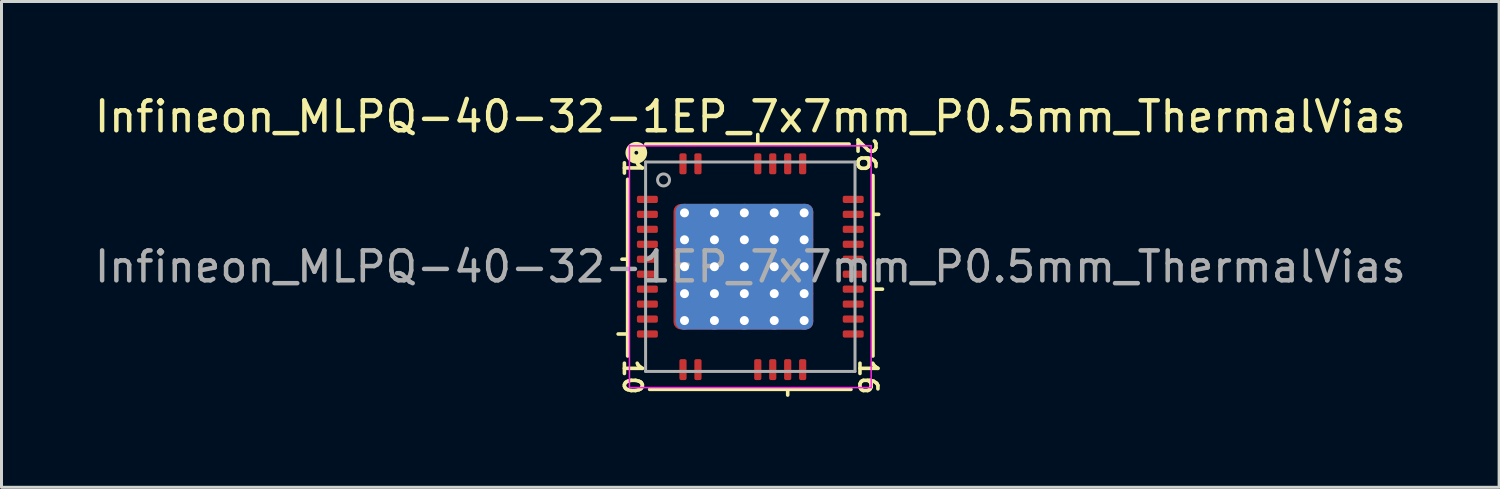
<source format=kicad_pcb>
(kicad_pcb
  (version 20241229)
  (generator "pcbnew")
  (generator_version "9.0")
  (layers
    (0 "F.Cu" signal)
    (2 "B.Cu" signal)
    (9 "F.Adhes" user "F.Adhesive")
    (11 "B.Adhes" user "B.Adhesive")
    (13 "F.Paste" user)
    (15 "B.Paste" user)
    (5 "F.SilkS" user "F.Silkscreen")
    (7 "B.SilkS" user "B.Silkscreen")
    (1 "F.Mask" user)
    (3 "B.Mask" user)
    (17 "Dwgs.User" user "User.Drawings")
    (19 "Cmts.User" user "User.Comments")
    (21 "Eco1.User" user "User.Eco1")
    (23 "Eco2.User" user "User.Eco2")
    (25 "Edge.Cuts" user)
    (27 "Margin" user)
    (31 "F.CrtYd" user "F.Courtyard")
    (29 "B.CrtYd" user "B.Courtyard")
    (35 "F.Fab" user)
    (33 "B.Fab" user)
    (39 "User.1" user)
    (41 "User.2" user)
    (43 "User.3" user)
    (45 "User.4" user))
  (footprint "Infineon_MLPQ-40-32-1EP_7x7mm_P0.5mm_ThermalVias"
    (layer "F.Cu")
    (at 22.03 5.865)
    (property "Reference" "Infineon_MLPQ-40-32-1EP_7x7mm_P0.5mm_ThermalVias" (at 0 -5.016 0) (layer "F.SilkS") (effects (font (size 1 1) (thickness 0.15))))
    (attr smd)
    (fp_line (start -4.1 -2.921) (end -4.1 2.985) (stroke (width 0.12) (type solid)) (layer "F.SilkS"))
    (fp_line (start -4.1 -0.25) (end -4.29 -0.25) (stroke (width 0.12) (type solid)) (layer "F.SilkS"))
    (fp_line (start -4.1 2.25) (end -4.418 2.25) (stroke (width 0.12) (type solid)) (layer "F.SilkS"))
    (fp_line (start -3.365 4.1) (end 3.365 4.1) (stroke (width 0.12) (type solid)) (layer "F.SilkS"))
    (fp_line (start 0.25 -4.1) (end 0.25 -4.418) (stroke (width 0.12) (type solid)) (layer "F.SilkS"))
    (fp_line (start 1.25 4.1) (end 1.25 4.29) (stroke (width 0.12) (type solid)) (layer "F.SilkS"))
    (fp_line (start 3.302 -4.1) (end -3.493 -4.1) (stroke (width 0.12) (type solid)) (layer "F.SilkS"))
    (fp_line (start 4.1 -1.75) (end 4.29 -1.75) (stroke (width 0.12) (type solid)) (layer "F.SilkS"))
    (fp_line (start 4.1 0.75) (end 4.418 0.75) (stroke (width 0.12) (type solid)) (layer "F.SilkS"))
    (fp_line (start 4.1 2.985) (end 4.1 -3.048) (stroke (width 0.12) (type solid)) (layer "F.SilkS"))
    (fp_circle (center -3.81 -3.81) (end -3.747 -3.81) (stroke (width 0.3) (type solid)) (fill no) (layer "F.SilkS"))
    (fp_line (start -4.04 -4.04) (end 4.04 -4.04) (stroke (width 0.05) (type solid)) (layer "F.CrtYd"))
    (fp_line (start -4.04 4.04) (end -4.04 -4.04) (stroke (width 0.05) (type solid)) (layer "F.CrtYd"))
    (fp_line (start 4.04 -4.04) (end 4.04 4.04) (stroke (width 0.05) (type solid)) (layer "F.CrtYd"))
    (fp_line (start 4.04 4.04) (end -4.04 4.04) (stroke (width 0.05) (type solid)) (layer "F.CrtYd"))
    (fp_line (start -3.5 -3.5) (end 3.5 -3.5) (stroke (width 0.1) (type solid)) (layer "F.Fab"))
    (fp_line (start -3.5 3.5) (end -3.5 -3.5) (stroke (width 0.1) (type solid)) (layer "F.Fab"))
    (fp_line (start 3.5 -3.5) (end 3.5 3.5) (stroke (width 0.1) (type solid)) (layer "F.Fab"))
    (fp_line (start 3.5 3.5) (end -3.5 3.5) (stroke (width 0.1) (type solid)) (layer "F.Fab"))
    (fp_circle (center -2.9 -2.9) (end -2.7 -2.9) (stroke (width 0.1) (type solid)) (fill no) (layer "F.Fab"))
    (fp_text user "26" (at 3.873 -3.747 270) (unlocked yes) (layer "F.SilkS") (effects (font (size 0.6 0.6) (thickness 0.12))))
    (fp_text user "10" (at -3.937 3.683 270) (unlocked yes) (layer "F.SilkS") (effects (font (size 0.6 0.6) (thickness 0.12))))
    (fp_text user "16" (at 3.937 3.683 270) (unlocked yes) (layer "F.SilkS") (effects (font (size 0.6 0.6) (thickness 0.12))))
    (fp_text user "1" (at -3.937 -3.302 270) (unlocked yes) (layer "F.SilkS") (effects (font (size 0.6 0.6) (thickness 0.12))))
    (fp_text user "${REFERENCE}" (at 0 0 0) (layer "F.Fab") (effects (font (size 1 1) (thickness 0.15))))
    (pad "" smd roundrect (at -1.796 -1.4) (size 1.2 1.1) (layers "F.Paste") (roundrect_rratio 0.227))
    (pad "" smd roundrect (at -1.796 0) (size 1.2 1.1) (layers "F.Paste") (roundrect_rratio 0.227))
    (pad "" smd roundrect (at -1.796 1.4) (size 1.2 1.1) (layers "F.Paste") (roundrect_rratio 0.227))
    (pad "" smd roundrect (at -0.237 -1.4) (size 1.2 1.1) (layers "F.Paste") (roundrect_rratio 0.227))
    (pad "" smd roundrect (at -0.237 0) (size 1.2 1.1) (layers "F.Paste") (roundrect_rratio 0.227))
    (pad "" smd roundrect (at -0.237 1.4) (size 1.2 1.1) (layers "F.Paste") (roundrect_rratio 0.227))
    (pad "" smd roundrect (at 1.321 -1.4) (size 1.2 1.1) (layers "F.Paste") (roundrect_rratio 0.227))
    (pad "" smd roundrect (at 1.321 0) (size 1.2 1.1) (layers "F.Paste") (roundrect_rratio 0.227))
    (pad "" smd roundrect (at 1.321 1.4) (size 1.2 1.1) (layers "F.Paste") (roundrect_rratio 0.227))
    (pad "1" smd roundrect (at -3.44 -2.25) (size 0.7 0.24) (layers "F.Cu" "F.Mask" "F.Paste") (roundrect_rratio 0.25))
    (pad "2" smd roundrect (at -3.44 -1.75) (size 0.7 0.24) (layers "F.Cu" "F.Mask" "F.Paste") (roundrect_rratio 0.25))
    (pad "3" smd roundrect (at -3.44 -1.25) (size 0.7 0.24) (layers "F.Cu" "F.Mask" "F.Paste") (roundrect_rratio 0.25))
    (pad "4" smd roundrect (at -3.44 -0.75) (size 0.7 0.24) (layers "F.Cu" "F.Mask" "F.Paste") (roundrect_rratio 0.25))
    (pad "5" smd roundrect (at -3.44 -0.25) (size 0.7 0.24) (layers "F.Cu" "F.Mask" "F.Paste") (roundrect_rratio 0.25))
    (pad "6" smd roundrect (at -3.44 0.25) (size 0.7 0.24) (layers "F.Cu" "F.Mask" "F.Paste") (roundrect_rratio 0.25))
    (pad "7" smd roundrect (at -3.44 0.75) (size 0.7 0.24) (layers "F.Cu" "F.Mask" "F.Paste") (roundrect_rratio 0.25))
    (pad "8" smd roundrect (at -3.44 1.25) (size 0.7 0.24) (layers "F.Cu" "F.Mask" "F.Paste") (roundrect_rratio 0.25))
    (pad "9" smd roundrect (at -3.44 1.75) (size 0.7 0.24) (layers "F.Cu" "F.Mask" "F.Paste") (roundrect_rratio 0.25))
    (pad "10" smd roundrect (at -3.44 2.25) (size 0.7 0.24) (layers "F.Cu" "F.Mask" "F.Paste") (roundrect_rratio 0.25))
    (pad "11" smd roundrect (at -2.25 3.44) (size 0.24 0.7) (layers "F.Cu" "F.Mask" "F.Paste") (roundrect_rratio 0.25))
    (pad "12" smd roundrect (at -1.75 3.44) (size 0.24 0.7) (layers "F.Cu" "F.Mask" "F.Paste") (roundrect_rratio 0.25))
    (pad "13" smd roundrect (at 0.25 3.44) (size 0.24 0.7) (layers "F.Cu" "F.Mask" "F.Paste") (roundrect_rratio 0.25))
    (pad "14" smd roundrect (at 0.75 3.44) (size 0.24 0.7) (layers "F.Cu" "F.Mask" "F.Paste") (roundrect_rratio 0.25))
    (pad "15" smd roundrect (at 1.25 3.44) (size 0.24 0.7) (layers "F.Cu" "F.Mask" "F.Paste") (roundrect_rratio 0.25))
    (pad "16" smd roundrect (at 1.75 3.44) (size 0.24 0.7) (layers "F.Cu" "F.Mask" "F.Paste") (roundrect_rratio 0.25))
    (pad "17" smd roundrect (at 3.44 2.25) (size 0.7 0.24) (layers "F.Cu" "F.Mask" "F.Paste") (roundrect_rratio 0.25))
    (pad "18" smd roundrect (at 3.44 1.75) (size 0.7 0.24) (layers "F.Cu" "F.Mask" "F.Paste") (roundrect_rratio 0.25))
    (pad "19" smd roundrect (at 3.44 1.25) (size 0.7 0.24) (layers "F.Cu" "F.Mask" "F.Paste") (roundrect_rratio 0.25))
    (pad "20" smd roundrect (at 3.44 0.75) (size 0.7 0.24) (layers "F.Cu" "F.Mask" "F.Paste") (roundrect_rratio 0.25))
    (pad "21" smd roundrect (at 3.44 0.25) (size 0.7 0.24) (layers "F.Cu" "F.Mask" "F.Paste") (roundrect_rratio 0.25))
    (pad "22" smd roundrect (at 3.44 -0.25) (size 0.7 0.24) (layers "F.Cu" "F.Mask" "F.Paste") (roundrect_rratio 0.25))
    (pad "23" smd roundrect (at 3.44 -0.75) (size 0.7 0.24) (layers "F.Cu" "F.Mask" "F.Paste") (roundrect_rratio 0.25))
    (pad "24" smd roundrect (at 3.44 -1.25) (size 0.7 0.24) (layers "F.Cu" "F.Mask" "F.Paste") (roundrect_rratio 0.25))
    (pad "25" smd roundrect (at 3.44 -1.75) (size 0.7 0.24) (layers "F.Cu" "F.Mask" "F.Paste") (roundrect_rratio 0.25))
    (pad "26" smd roundrect (at 3.44 -2.25) (size 0.7 0.24) (layers "F.Cu" "F.Mask" "F.Paste") (roundrect_rratio 0.25))
    (pad "27" smd roundrect (at 1.75 -3.44) (size 0.24 0.7) (layers "F.Cu" "F.Mask" "F.Paste") (roundrect_rratio 0.25))
    (pad "28" smd roundrect (at 1.25 -3.44) (size 0.24 0.7) (layers "F.Cu" "F.Mask" "F.Paste") (roundrect_rratio 0.25))
    (pad "29" smd roundrect (at 0.75 -3.44) (size 0.24 0.7) (layers "F.Cu" "F.Mask" "F.Paste") (roundrect_rratio 0.25))
    (pad "30" smd roundrect (at 0.25 -3.44) (size 0.24 0.7) (layers "F.Cu" "F.Mask" "F.Paste") (roundrect_rratio 0.25))
    (pad "31" smd roundrect (at -1.75 -3.44) (size 0.24 0.7) (layers "F.Cu" "F.Mask" "F.Paste") (roundrect_rratio 0.25))
    (pad "32" smd roundrect (at -2.25 -3.44) (size 0.24 0.7) (layers "F.Cu" "F.Mask" "F.Paste") (roundrect_rratio 0.25))
    (pad "33" thru_hole circle (at -2.2 -1.8) (size 0.6 0.6) (drill 0.3) (property pad_prop_heatsink) (layers "*.Cu"))
    (pad "33" thru_hole circle (at -2.2 -0.9) (size 0.6 0.6) (drill 0.3) (property pad_prop_heatsink) (layers "*.Cu"))
    (pad "33" thru_hole circle (at -2.2 0) (size 0.6 0.6) (drill 0.3) (property pad_prop_heatsink) (layers "*.Cu"))
    (pad "33" thru_hole circle (at -2.2 0.9) (size 0.6 0.6) (drill 0.3) (property pad_prop_heatsink) (layers "*.Cu"))
    (pad "33" thru_hole circle (at -2.2 1.8) (size 0.6 0.6) (drill 0.3) (property pad_prop_heatsink) (layers "*.Cu"))
    (pad "33" thru_hole circle (at -1.2 -1.8) (size 0.6 0.6) (drill 0.3) (property pad_prop_heatsink) (layers "*.Cu"))
    (pad "33" thru_hole circle (at -1.2 -0.9) (size 0.6 0.6) (drill 0.3) (property pad_prop_heatsink) (layers "*.Cu"))
    (pad "33" thru_hole circle (at -1.2 0) (size 0.6 0.6) (drill 0.3) (property pad_prop_heatsink) (layers "*.Cu"))
    (pad "33" thru_hole circle (at -1.2 0.9) (size 0.6 0.6) (drill 0.3) (property pad_prop_heatsink) (layers "*.Cu"))
    (pad "33" thru_hole circle (at -1.2 1.8) (size 0.6 0.6) (drill 0.3) (property pad_prop_heatsink) (layers "*.Cu"))
    (pad "33" smd roundrect (at -0.23 0) (size 4.675 4.2) (layers "F.Cu" "F.Mask") (roundrect_rratio 0.06))
    (pad "33" thru_hole circle (at -0.2 -1.8) (size 0.6 0.6) (drill 0.3) (property pad_prop_heatsink) (layers "*.Cu"))
    (pad "33" thru_hole circle (at -0.2 -0.9) (size 0.6 0.6) (drill 0.3) (property pad_prop_heatsink) (layers "*.Cu"))
    (pad "33" thru_hole circle (at -0.2 0) (size 0.6 0.6) (drill 0.3) (property pad_prop_heatsink) (layers "*.Cu"))
    (pad "33" smd roundrect (at -0.2 0) (size 4.6 4.2) (layers "B.Cu" "B.Mask") (roundrect_rratio 0.06))
    (pad "33" thru_hole circle (at -0.2 0.9) (size 0.6 0.6) (drill 0.3) (property pad_prop_heatsink) (layers "*.Cu"))
    (pad "33" thru_hole circle (at -0.2 1.8) (size 0.6 0.6) (drill 0.3) (property pad_prop_heatsink) (layers "*.Cu"))
    (pad "33" thru_hole circle (at 0.8 -1.8) (size 0.6 0.6) (drill 0.3) (property pad_prop_heatsink) (layers "*.Cu"))
    (pad "33" thru_hole circle (at 0.8 -0.9) (size 0.6 0.6) (drill 0.3) (property pad_prop_heatsink) (layers "*.Cu"))
    (pad "33" thru_hole circle (at 0.8 0) (size 0.6 0.6) (drill 0.3) (property pad_prop_heatsink) (layers "*.Cu"))
    (pad "33" thru_hole circle (at 0.8 0.9) (size 0.6 0.6) (drill 0.3) (property pad_prop_heatsink) (layers "*.Cu"))
    (pad "33" thru_hole circle (at 0.8 1.8) (size 0.6 0.6) (drill 0.3) (property pad_prop_heatsink) (layers "*.Cu"))
    (pad "33" thru_hole circle (at 1.8 -1.8) (size 0.6 0.6) (drill 0.3) (property pad_prop_heatsink) (layers "*.Cu"))
    (pad "33" thru_hole circle (at 1.8 -0.9) (size 0.6 0.6) (drill 0.3) (property pad_prop_heatsink) (layers "*.Cu"))
    (pad "33" thru_hole circle (at 1.8 0) (size 0.6 0.6) (drill 0.3) (property pad_prop_heatsink) (layers "*.Cu"))
    (pad "33" thru_hole circle (at 1.8 0.9) (size 0.6 0.6) (drill 0.3) (property pad_prop_heatsink) (layers "*.Cu"))
    (pad "33" thru_hole circle (at 1.8 1.8) (size 0.6 0.6) (drill 0.3) (property pad_prop_heatsink) (layers "*.Cu")))
  (gr_rect
    (start -3 -3)
    (end 47.06 13.239)
    (stroke (width 0.1) (type default))
    (fill no)
    (layer "Edge.Cuts")))
</source>
